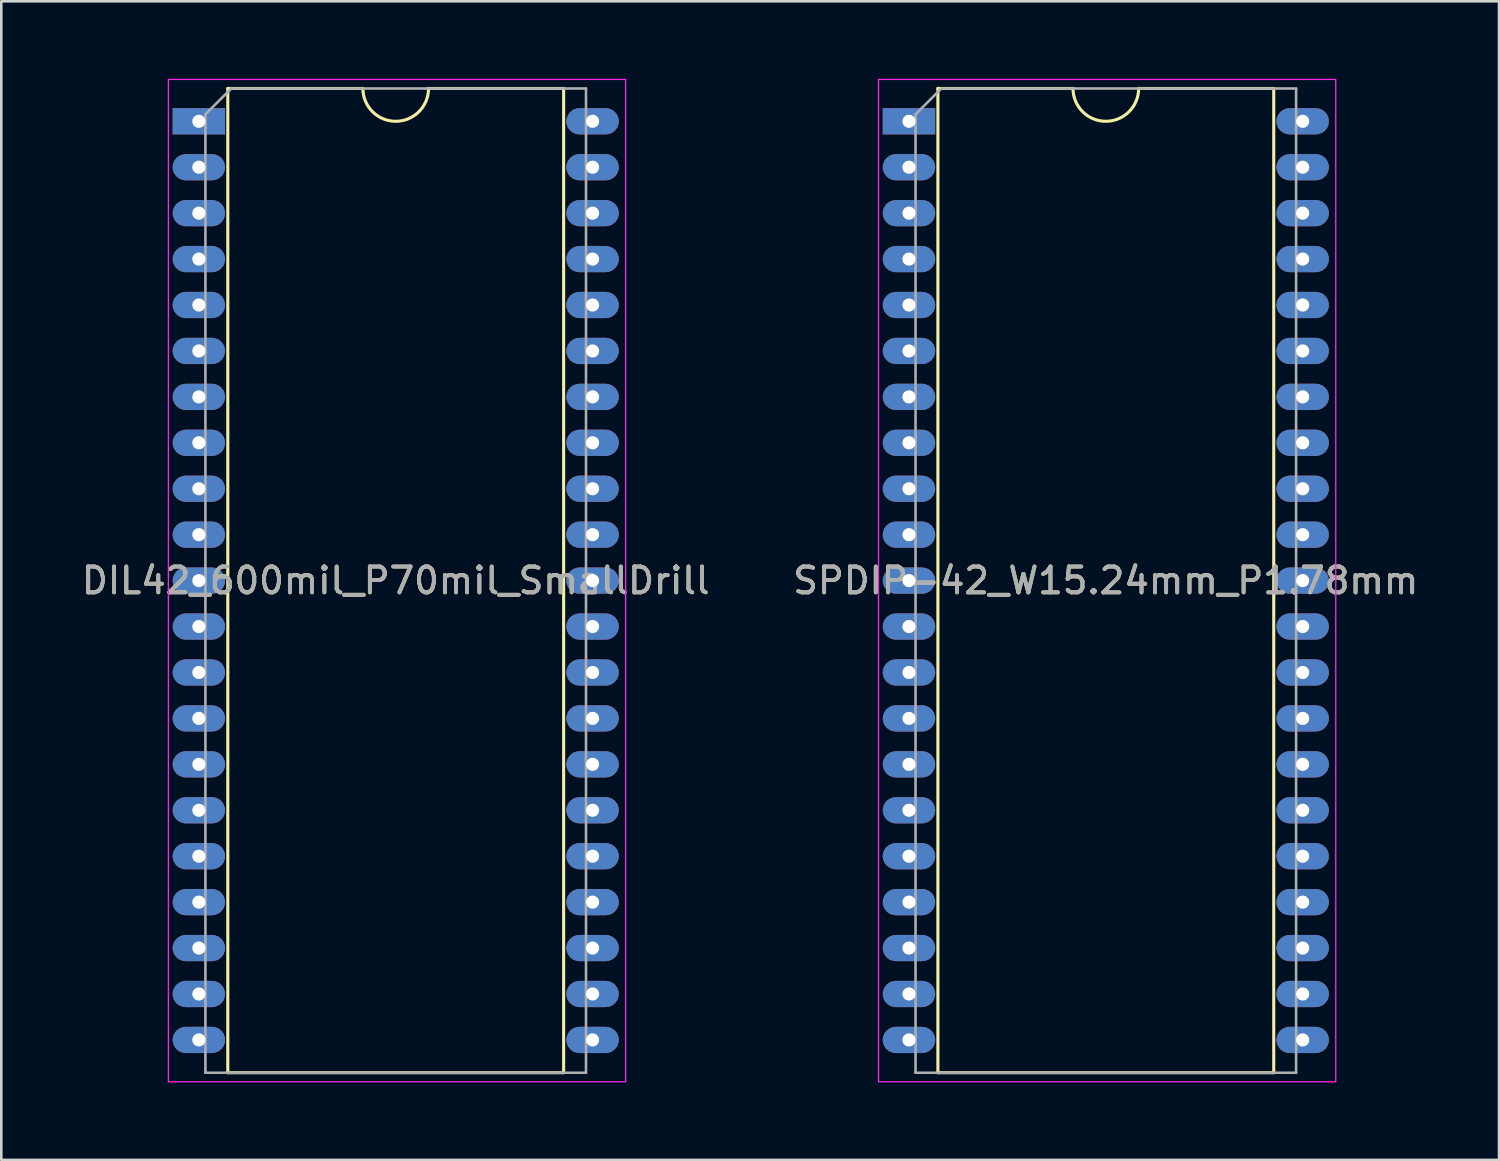
<source format=kicad_pcb>
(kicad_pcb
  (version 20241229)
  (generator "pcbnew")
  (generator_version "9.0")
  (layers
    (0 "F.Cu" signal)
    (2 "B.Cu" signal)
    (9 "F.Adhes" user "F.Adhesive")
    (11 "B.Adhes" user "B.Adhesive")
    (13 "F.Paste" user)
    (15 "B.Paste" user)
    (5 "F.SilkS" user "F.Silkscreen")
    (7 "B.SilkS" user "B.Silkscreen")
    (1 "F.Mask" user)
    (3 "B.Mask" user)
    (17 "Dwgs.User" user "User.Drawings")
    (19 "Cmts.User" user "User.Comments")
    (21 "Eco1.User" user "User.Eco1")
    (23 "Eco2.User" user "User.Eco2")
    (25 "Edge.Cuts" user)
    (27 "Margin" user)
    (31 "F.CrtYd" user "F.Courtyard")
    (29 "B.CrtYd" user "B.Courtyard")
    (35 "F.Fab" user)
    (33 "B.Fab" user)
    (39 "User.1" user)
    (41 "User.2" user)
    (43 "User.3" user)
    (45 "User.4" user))
  (footprint "SPDIP-42_W15.24mm_P1.78mm"
    (layer "F.Cu")
    (at 32.136 1.645)
    (property "Reference" "SPDIP-42_W15.24mm_P1.78mm" (at 7.62 17.78 0) (unlocked yes) (layer "F.SilkS") (effects (font (size 1 1) (thickness 0.15))))
    (attr through_hole)
    (fp_line (start 1.12 -1.27) (end 1.12 36.83) (stroke (width 0.12) (type solid)) (layer "F.SilkS"))
    (fp_line (start 1.12 -1.27) (end 6.35 -1.27) (stroke (width 0.12) (type solid)) (layer "F.SilkS"))
    (fp_line (start 1.12 36.83) (end 14.12 36.83) (stroke (width 0.12) (type solid)) (layer "F.SilkS"))
    (fp_line (start 14.12 -1.27) (end 8.89 -1.27) (stroke (width 0.12) (type solid)) (layer "F.SilkS"))
    (fp_line (start 14.12 -1.27) (end 14.12 36.83) (stroke (width 0.12) (type solid)) (layer "F.SilkS"))
    (fp_arc (start 8.89 -1.27) (mid 7.62 0) (end 6.35 -1.27) (stroke (width 0.12) (type solid)) (layer "F.SilkS"))
    (fp_rect (start -1.18 -1.62) (end 16.52 37.18) (stroke (width 0.05) (type solid)) (fill no) (layer "F.CrtYd"))
    (fp_line (start 0.254 36.83) (end 0.254 -0.27) (stroke (width 0.1) (type solid)) (layer "F.Fab"))
    (fp_line (start 1.254 -1.27) (end 0.254 -0.27) (stroke (width 0.1) (type solid)) (layer "F.Fab"))
    (fp_line (start 1.254 -1.27) (end 14.986 -1.27) (stroke (width 0.1) (type solid)) (layer "F.Fab"))
    (fp_line (start 14.986 -1.27) (end 14.986 36.83) (stroke (width 0.1) (type solid)) (layer "F.Fab"))
    (fp_line (start 14.986 36.83) (end 0.254 36.83) (stroke (width 0.1) (type solid)) (layer "F.Fab"))
    (fp_text user "${REFERENCE}" (at 7.62 17.78 0) (unlocked yes) (layer "F.Fab") (effects (font (size 1 1) (thickness 0.15))))
    (pad "1" thru_hole rect (at 0 0) (size 2.032 1.016) (drill 0.508) (layers "*.Cu" "*.Mask"))
    (pad "2" thru_hole roundrect (at 0 1.778) (size 2.032 1.016) (drill 0.508) (layers "*.Cu" "*.Mask") (roundrect_rratio 0.5))
    (pad "3" thru_hole roundrect (at 0 3.556) (size 2.032 1.016) (drill 0.508) (layers "*.Cu" "*.Mask") (roundrect_rratio 0.5))
    (pad "4" thru_hole roundrect (at 0 5.334) (size 2.032 1.016) (drill 0.508) (layers "*.Cu" "*.Mask") (roundrect_rratio 0.5))
    (pad "5" thru_hole roundrect (at 0 7.112) (size 2.032 1.016) (drill 0.508) (layers "*.Cu" "*.Mask") (roundrect_rratio 0.5))
    (pad "6" thru_hole roundrect (at 0 8.89) (size 2.032 1.016) (drill 0.508) (layers "*.Cu" "*.Mask") (roundrect_rratio 0.5))
    (pad "7" thru_hole roundrect (at 0 10.668) (size 2.032 1.016) (drill 0.508) (layers "*.Cu" "*.Mask") (roundrect_rratio 0.5))
    (pad "8" thru_hole roundrect (at 0 12.446) (size 2.032 1.016) (drill 0.508) (layers "*.Cu" "*.Mask") (roundrect_rratio 0.5))
    (pad "9" thru_hole roundrect (at 0 14.224) (size 2.032 1.016) (drill 0.508) (layers "*.Cu" "*.Mask") (roundrect_rratio 0.5))
    (pad "10" thru_hole roundrect (at 0 16.002) (size 2.032 1.016) (drill 0.508) (layers "*.Cu" "*.Mask") (roundrect_rratio 0.5))
    (pad "11" thru_hole roundrect (at 0 17.78) (size 2.032 1.016) (drill 0.508) (layers "*.Cu" "*.Mask") (roundrect_rratio 0.5))
    (pad "12" thru_hole roundrect (at 0 19.558) (size 2.032 1.016) (drill 0.508) (layers "*.Cu" "*.Mask") (roundrect_rratio 0.5))
    (pad "13" thru_hole roundrect (at 0 21.336) (size 2.032 1.016) (drill 0.508) (layers "*.Cu" "*.Mask") (roundrect_rratio 0.5))
    (pad "14" thru_hole roundrect (at 0 23.114) (size 2.032 1.016) (drill 0.508) (layers "*.Cu" "*.Mask") (roundrect_rratio 0.5))
    (pad "15" thru_hole roundrect (at 0 24.892) (size 2.032 1.016) (drill 0.508) (layers "*.Cu" "*.Mask") (roundrect_rratio 0.5))
    (pad "16" thru_hole roundrect (at 0 26.67) (size 2.032 1.016) (drill 0.508) (layers "*.Cu" "*.Mask") (roundrect_rratio 0.5))
    (pad "17" thru_hole roundrect (at 0 28.448) (size 2.032 1.016) (drill 0.508) (layers "*.Cu" "*.Mask") (roundrect_rratio 0.5))
    (pad "18" thru_hole roundrect (at 0 30.226) (size 2.032 1.016) (drill 0.508) (layers "*.Cu" "*.Mask") (roundrect_rratio 0.5))
    (pad "19" thru_hole roundrect (at 0 32.004) (size 2.032 1.016) (drill 0.508) (layers "*.Cu" "*.Mask") (roundrect_rratio 0.5))
    (pad "20" thru_hole roundrect (at 0 33.782) (size 2.032 1.016) (drill 0.508) (layers "*.Cu" "*.Mask") (roundrect_rratio 0.5))
    (pad "21" thru_hole roundrect (at 0 35.56) (size 2.032 1.016) (drill 0.508) (layers "*.Cu" "*.Mask") (roundrect_rratio 0.5))
    (pad "22" thru_hole roundrect (at 15.24 35.56) (size 2.032 1.016) (drill 0.508) (layers "*.Cu" "*.Mask") (roundrect_rratio 0.5))
    (pad "23" thru_hole roundrect (at 15.24 33.782) (size 2.032 1.016) (drill 0.508) (layers "*.Cu" "*.Mask") (roundrect_rratio 0.5))
    (pad "24" thru_hole roundrect (at 15.24 32.004) (size 2.032 1.016) (drill 0.508) (layers "*.Cu" "*.Mask") (roundrect_rratio 0.5))
    (pad "25" thru_hole roundrect (at 15.24 30.226) (size 2.032 1.016) (drill 0.508) (layers "*.Cu" "*.Mask") (roundrect_rratio 0.5))
    (pad "26" thru_hole roundrect (at 15.24 28.448) (size 2.032 1.016) (drill 0.508) (layers "*.Cu" "*.Mask") (roundrect_rratio 0.5))
    (pad "27" thru_hole roundrect (at 15.24 26.67) (size 2.032 1.016) (drill 0.508) (layers "*.Cu" "*.Mask") (roundrect_rratio 0.5))
    (pad "28" thru_hole roundrect (at 15.24 24.892) (size 2.032 1.016) (drill 0.508) (layers "*.Cu" "*.Mask") (roundrect_rratio 0.5))
    (pad "29" thru_hole roundrect (at 15.24 23.114) (size 2.032 1.016) (drill 0.508) (layers "*.Cu" "*.Mask") (roundrect_rratio 0.5))
    (pad "30" thru_hole roundrect (at 15.24 21.336) (size 2.032 1.016) (drill 0.508) (layers "*.Cu" "*.Mask") (roundrect_rratio 0.5))
    (pad "31" thru_hole roundrect (at 15.24 19.558) (size 2.032 1.016) (drill 0.508) (layers "*.Cu" "*.Mask") (roundrect_rratio 0.5))
    (pad "32" thru_hole roundrect (at 15.24 17.78) (size 2.032 1.016) (drill 0.508) (layers "*.Cu" "*.Mask") (roundrect_rratio 0.5))
    (pad "33" thru_hole roundrect (at 15.24 16.002) (size 2.032 1.016) (drill 0.508) (layers "*.Cu" "*.Mask") (roundrect_rratio 0.5))
    (pad "34" thru_hole roundrect (at 15.24 14.224) (size 2.032 1.016) (drill 0.508) (layers "*.Cu" "*.Mask") (roundrect_rratio 0.5))
    (pad "35" thru_hole roundrect (at 15.24 12.446) (size 2.032 1.016) (drill 0.508) (layers "*.Cu" "*.Mask") (roundrect_rratio 0.5))
    (pad "36" thru_hole roundrect (at 15.24 10.668) (size 2.032 1.016) (drill 0.508) (layers "*.Cu" "*.Mask") (roundrect_rratio 0.5))
    (pad "37" thru_hole roundrect (at 15.24 8.89) (size 2.032 1.016) (drill 0.508) (layers "*.Cu" "*.Mask") (roundrect_rratio 0.5))
    (pad "38" thru_hole roundrect (at 15.24 7.112) (size 2.032 1.016) (drill 0.508) (layers "*.Cu" "*.Mask") (roundrect_rratio 0.5))
    (pad "39" thru_hole roundrect (at 15.24 5.334) (size 2.032 1.016) (drill 0.508) (layers "*.Cu" "*.Mask") (roundrect_rratio 0.5))
    (pad "40" thru_hole roundrect (at 15.24 3.556) (size 2.032 1.016) (drill 0.508) (layers "*.Cu" "*.Mask") (roundrect_rratio 0.5))
    (pad "41" thru_hole roundrect (at 15.24 1.778) (size 2.032 1.016) (drill 0.508) (layers "*.Cu" "*.Mask") (roundrect_rratio 0.5))
    (pad "42" thru_hole roundrect (at 15.24 0) (size 2.032 1.016) (drill 0.508) (layers "*.Cu" "*.Mask") (roundrect_rratio 0.5)))
  (footprint "DIL42_600mil_P70mil_SmallDrill"
    (layer "F.Cu")
    (at 4.648 1.645)
    (property "Reference" "DIL42_600mil_P70mil_SmallDrill" (at 7.62 17.78 0) (unlocked yes) (layer "F.SilkS") (effects (font (size 1 1) (thickness 0.15))))
    (attr through_hole)
    (fp_line (start 1.12 -1.27) (end 1.12 36.83) (stroke (width 0.12) (type solid)) (layer "F.SilkS"))
    (fp_line (start 1.12 -1.27) (end 6.35 -1.27) (stroke (width 0.12) (type solid)) (layer "F.SilkS"))
    (fp_line (start 1.12 36.83) (end 14.12 36.83) (stroke (width 0.12) (type solid)) (layer "F.SilkS"))
    (fp_line (start 14.12 -1.27) (end 8.89 -1.27) (stroke (width 0.12) (type solid)) (layer "F.SilkS"))
    (fp_line (start 14.12 -1.27) (end 14.12 36.83) (stroke (width 0.12) (type solid)) (layer "F.SilkS"))
    (fp_arc (start 8.89 -1.27) (mid 7.62 0) (end 6.35 -1.27) (stroke (width 0.12) (type solid)) (layer "F.SilkS"))
    (fp_rect (start -1.18 -1.62) (end 16.52 37.18) (stroke (width 0.05) (type solid)) (fill no) (layer "F.CrtYd"))
    (fp_line (start 0.254 36.83) (end 0.254 -0.27) (stroke (width 0.1) (type solid)) (layer "F.Fab"))
    (fp_line (start 1.254 -1.27) (end 0.254 -0.27) (stroke (width 0.1) (type solid)) (layer "F.Fab"))
    (fp_line (start 1.254 -1.27) (end 14.986 -1.27) (stroke (width 0.1) (type solid)) (layer "F.Fab"))
    (fp_line (start 14.986 -1.27) (end 14.986 36.83) (stroke (width 0.1) (type solid)) (layer "F.Fab"))
    (fp_line (start 14.986 36.83) (end 0.254 36.83) (stroke (width 0.1) (type solid)) (layer "F.Fab"))
    (fp_text user "${REFERENCE}" (at 7.62 17.78 0) (unlocked yes) (layer "F.Fab") (effects (font (size 1 1) (thickness 0.15))))
    (pad "1" thru_hole rect (at 0 0) (size 2.032 1.016) (drill 0.508) (layers "*.Cu" "*.Mask"))
    (pad "2" thru_hole roundrect (at 0 1.778) (size 2.032 1.016) (drill 0.508) (layers "*.Cu" "*.Mask") (roundrect_rratio 0.5))
    (pad "3" thru_hole roundrect (at 0 3.556) (size 2.032 1.016) (drill 0.508) (layers "*.Cu" "*.Mask") (roundrect_rratio 0.5))
    (pad "4" thru_hole roundrect (at 0 5.334) (size 2.032 1.016) (drill 0.508) (layers "*.Cu" "*.Mask") (roundrect_rratio 0.5))
    (pad "5" thru_hole roundrect (at 0 7.112) (size 2.032 1.016) (drill 0.508) (layers "*.Cu" "*.Mask") (roundrect_rratio 0.5))
    (pad "6" thru_hole roundrect (at 0 8.89) (size 2.032 1.016) (drill 0.508) (layers "*.Cu" "*.Mask") (roundrect_rratio 0.5))
    (pad "7" thru_hole roundrect (at 0 10.668) (size 2.032 1.016) (drill 0.508) (layers "*.Cu" "*.Mask") (roundrect_rratio 0.5))
    (pad "8" thru_hole roundrect (at 0 12.446) (size 2.032 1.016) (drill 0.508) (layers "*.Cu" "*.Mask") (roundrect_rratio 0.5))
    (pad "9" thru_hole roundrect (at 0 14.224) (size 2.032 1.016) (drill 0.508) (layers "*.Cu" "*.Mask") (roundrect_rratio 0.5))
    (pad "10" thru_hole roundrect (at 0 16.002) (size 2.032 1.016) (drill 0.508) (layers "*.Cu" "*.Mask") (roundrect_rratio 0.5))
    (pad "11" thru_hole roundrect (at 0 17.78) (size 2.032 1.016) (drill 0.508) (layers "*.Cu" "*.Mask") (roundrect_rratio 0.5))
    (pad "12" thru_hole roundrect (at 0 19.558) (size 2.032 1.016) (drill 0.508) (layers "*.Cu" "*.Mask") (roundrect_rratio 0.5))
    (pad "13" thru_hole roundrect (at 0 21.336) (size 2.032 1.016) (drill 0.508) (layers "*.Cu" "*.Mask") (roundrect_rratio 0.5))
    (pad "14" thru_hole roundrect (at 0 23.114) (size 2.032 1.016) (drill 0.508) (layers "*.Cu" "*.Mask") (roundrect_rratio 0.5))
    (pad "15" thru_hole roundrect (at 0 24.892) (size 2.032 1.016) (drill 0.508) (layers "*.Cu" "*.Mask") (roundrect_rratio 0.5))
    (pad "16" thru_hole roundrect (at 0 26.67) (size 2.032 1.016) (drill 0.508) (layers "*.Cu" "*.Mask") (roundrect_rratio 0.5))
    (pad "17" thru_hole roundrect (at 0 28.448) (size 2.032 1.016) (drill 0.508) (layers "*.Cu" "*.Mask") (roundrect_rratio 0.5))
    (pad "18" thru_hole roundrect (at 0 30.226) (size 2.032 1.016) (drill 0.508) (layers "*.Cu" "*.Mask") (roundrect_rratio 0.5))
    (pad "19" thru_hole roundrect (at 0 32.004) (size 2.032 1.016) (drill 0.508) (layers "*.Cu" "*.Mask") (roundrect_rratio 0.5))
    (pad "20" thru_hole roundrect (at 0 33.782) (size 2.032 1.016) (drill 0.508) (layers "*.Cu" "*.Mask") (roundrect_rratio 0.5))
    (pad "21" thru_hole roundrect (at 0 35.56) (size 2.032 1.016) (drill 0.508) (layers "*.Cu" "*.Mask") (roundrect_rratio 0.5))
    (pad "22" thru_hole roundrect (at 15.24 35.56) (size 2.032 1.016) (drill 0.508) (layers "*.Cu" "*.Mask") (roundrect_rratio 0.5))
    (pad "23" thru_hole roundrect (at 15.24 33.782) (size 2.032 1.016) (drill 0.508) (layers "*.Cu" "*.Mask") (roundrect_rratio 0.5))
    (pad "24" thru_hole roundrect (at 15.24 32.004) (size 2.032 1.016) (drill 0.508) (layers "*.Cu" "*.Mask") (roundrect_rratio 0.5))
    (pad "25" thru_hole roundrect (at 15.24 30.226) (size 2.032 1.016) (drill 0.508) (layers "*.Cu" "*.Mask") (roundrect_rratio 0.5))
    (pad "26" thru_hole roundrect (at 15.24 28.448) (size 2.032 1.016) (drill 0.508) (layers "*.Cu" "*.Mask") (roundrect_rratio 0.5))
    (pad "27" thru_hole roundrect (at 15.24 26.67) (size 2.032 1.016) (drill 0.508) (layers "*.Cu" "*.Mask") (roundrect_rratio 0.5))
    (pad "28" thru_hole roundrect (at 15.24 24.892) (size 2.032 1.016) (drill 0.508) (layers "*.Cu" "*.Mask") (roundrect_rratio 0.5))
    (pad "29" thru_hole roundrect (at 15.24 23.114) (size 2.032 1.016) (drill 0.508) (layers "*.Cu" "*.Mask") (roundrect_rratio 0.5))
    (pad "30" thru_hole roundrect (at 15.24 21.336) (size 2.032 1.016) (drill 0.508) (layers "*.Cu" "*.Mask") (roundrect_rratio 0.5))
    (pad "31" thru_hole roundrect (at 15.24 19.558) (size 2.032 1.016) (drill 0.508) (layers "*.Cu" "*.Mask") (roundrect_rratio 0.5))
    (pad "32" thru_hole roundrect (at 15.24 17.78) (size 2.032 1.016) (drill 0.508) (layers "*.Cu" "*.Mask") (roundrect_rratio 0.5))
    (pad "33" thru_hole roundrect (at 15.24 16.002) (size 2.032 1.016) (drill 0.508) (layers "*.Cu" "*.Mask") (roundrect_rratio 0.5))
    (pad "34" thru_hole roundrect (at 15.24 14.224) (size 2.032 1.016) (drill 0.508) (layers "*.Cu" "*.Mask") (roundrect_rratio 0.5))
    (pad "35" thru_hole roundrect (at 15.24 12.446) (size 2.032 1.016) (drill 0.508) (layers "*.Cu" "*.Mask") (roundrect_rratio 0.5))
    (pad "36" thru_hole roundrect (at 15.24 10.668) (size 2.032 1.016) (drill 0.508) (layers "*.Cu" "*.Mask") (roundrect_rratio 0.5))
    (pad "37" thru_hole roundrect (at 15.24 8.89) (size 2.032 1.016) (drill 0.508) (layers "*.Cu" "*.Mask") (roundrect_rratio 0.5))
    (pad "38" thru_hole roundrect (at 15.24 7.112) (size 2.032 1.016) (drill 0.508) (layers "*.Cu" "*.Mask") (roundrect_rratio 0.5))
    (pad "39" thru_hole roundrect (at 15.24 5.334) (size 2.032 1.016) (drill 0.508) (layers "*.Cu" "*.Mask") (roundrect_rratio 0.5))
    (pad "40" thru_hole roundrect (at 15.24 3.556) (size 2.032 1.016) (drill 0.508) (layers "*.Cu" "*.Mask") (roundrect_rratio 0.5))
    (pad "41" thru_hole roundrect (at 15.24 1.778) (size 2.032 1.016) (drill 0.508) (layers "*.Cu" "*.Mask") (roundrect_rratio 0.5))
    (pad "42" thru_hole roundrect (at 15.24 0) (size 2.032 1.016) (drill 0.508) (layers "*.Cu" "*.Mask") (roundrect_rratio 0.5)))
  (gr_rect
    (start -3 -3)
    (end 54.976 41.85)
    (stroke (width 0.1) (type default))
    (fill no)
    (layer "Edge.Cuts")))
</source>
